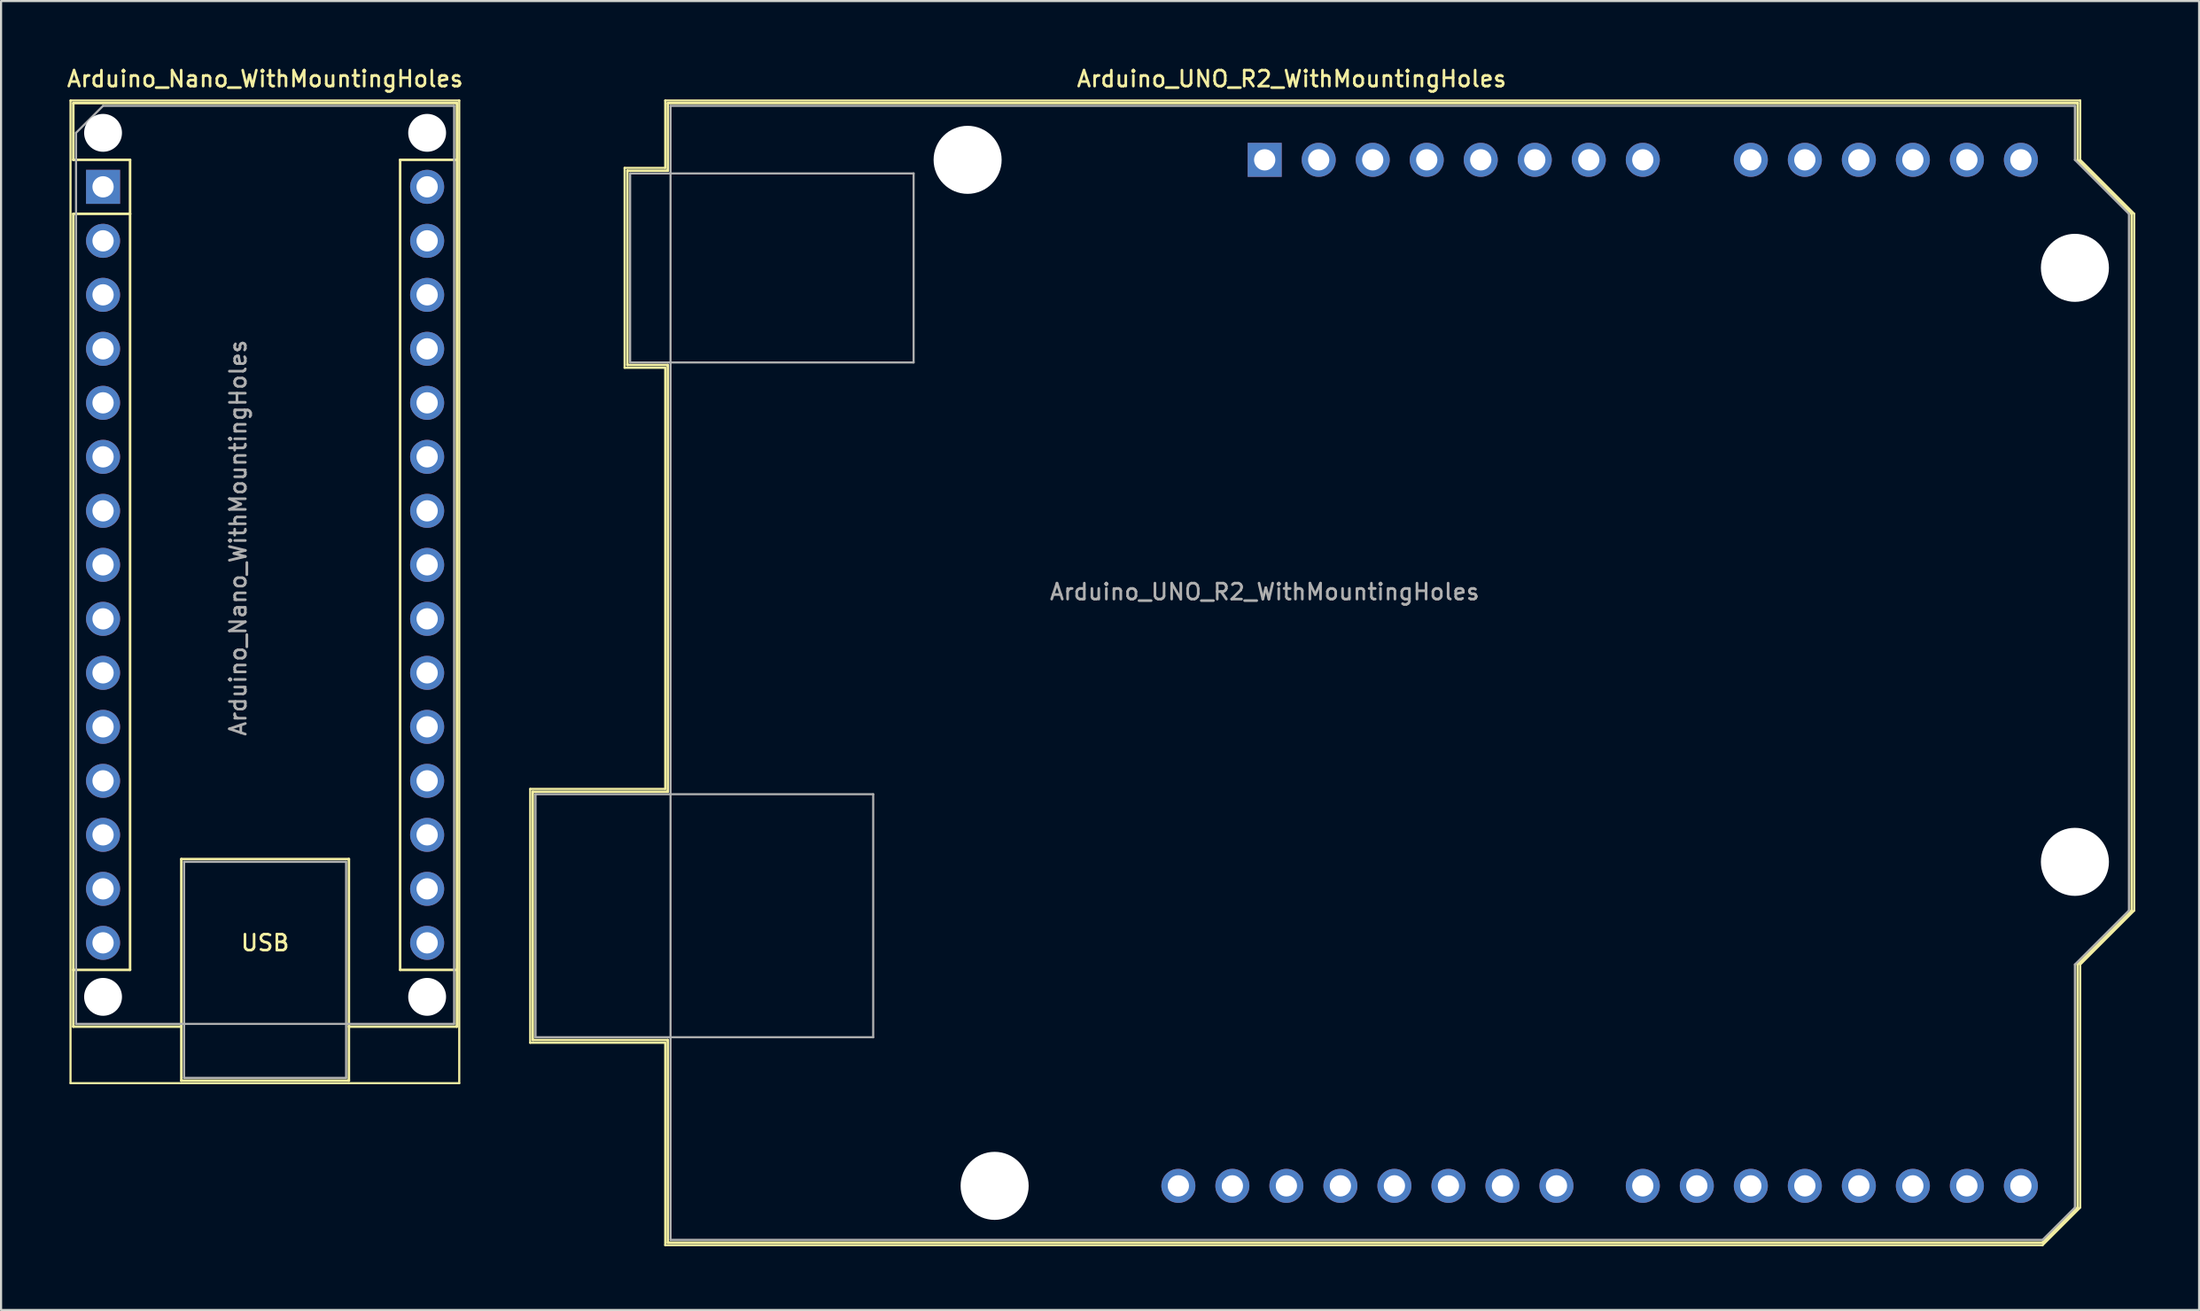
<source format=kicad_pcb>
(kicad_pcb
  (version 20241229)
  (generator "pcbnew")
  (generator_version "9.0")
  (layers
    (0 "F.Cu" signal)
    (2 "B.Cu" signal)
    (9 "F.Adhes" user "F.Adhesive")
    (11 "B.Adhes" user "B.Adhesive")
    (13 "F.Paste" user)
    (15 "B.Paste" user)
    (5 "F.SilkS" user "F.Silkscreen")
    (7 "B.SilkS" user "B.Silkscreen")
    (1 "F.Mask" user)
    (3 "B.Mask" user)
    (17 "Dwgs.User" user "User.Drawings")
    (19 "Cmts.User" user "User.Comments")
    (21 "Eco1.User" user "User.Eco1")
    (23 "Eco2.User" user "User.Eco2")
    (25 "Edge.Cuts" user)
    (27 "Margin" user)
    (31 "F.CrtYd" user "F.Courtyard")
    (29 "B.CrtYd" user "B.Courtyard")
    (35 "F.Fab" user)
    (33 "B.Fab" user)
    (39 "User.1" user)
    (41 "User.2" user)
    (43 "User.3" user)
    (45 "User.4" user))
  (footprint "Arduino_Nano_WithMountingHoles"
    (layer "F.Cu")
    (at 1.796 5.738)
    (property "Reference" "Arduino_Nano_WithMountingHoles" (at 7.62 -5.08 0) (layer "F.SilkS") (effects (font (size 0.75 0.75) (thickness 0.125))))
    (attr through_hole)
    (fp_line (start -1.53 -4.06) (end -1.53 42.16) (stroke (width 0.1) (type solid)) (layer "F.SilkS"))
    (fp_line (start -1.53 -4.06) (end 16.75 -4.06) (stroke (width 0.1) (type solid)) (layer "F.SilkS"))
    (fp_line (start -1.4 -3.94) (end -1.4 -1.27) (stroke (width 0.12) (type solid)) (layer "F.SilkS"))
    (fp_line (start -1.4 1.27) (end -1.4 39.5) (stroke (width 0.12) (type solid)) (layer "F.SilkS"))
    (fp_line (start -1.4 39.5) (end 3.68 39.5) (stroke (width 0.12) (type solid)) (layer "F.SilkS"))
    (fp_line (start 1.27 -1.27) (end -1.4 -1.27) (stroke (width 0.12) (type solid)) (layer "F.SilkS"))
    (fp_line (start 1.27 1.27) (end -1.4 1.27) (stroke (width 0.12) (type solid)) (layer "F.SilkS"))
    (fp_line (start 1.27 1.27) (end 1.27 -1.27) (stroke (width 0.12) (type solid)) (layer "F.SilkS"))
    (fp_line (start 1.27 1.27) (end 1.27 36.83) (stroke (width 0.12) (type solid)) (layer "F.SilkS"))
    (fp_line (start 1.27 36.83) (end -1.4 36.83) (stroke (width 0.12) (type solid)) (layer "F.SilkS"))
    (fp_line (start 3.68 31.62) (end 11.56 31.62) (stroke (width 0.12) (type solid)) (layer "F.SilkS"))
    (fp_line (start 3.68 42.04) (end 3.68 31.62) (stroke (width 0.12) (type solid)) (layer "F.SilkS"))
    (fp_line (start 11.56 31.62) (end 11.56 42.04) (stroke (width 0.12) (type solid)) (layer "F.SilkS"))
    (fp_line (start 11.56 42.04) (end 3.68 42.04) (stroke (width 0.12) (type solid)) (layer "F.SilkS"))
    (fp_line (start 13.97 -1.27) (end 13.97 36.83) (stroke (width 0.12) (type solid)) (layer "F.SilkS"))
    (fp_line (start 13.97 -1.27) (end 16.64 -1.27) (stroke (width 0.12) (type solid)) (layer "F.SilkS"))
    (fp_line (start 13.97 36.83) (end 16.64 36.83) (stroke (width 0.12) (type solid)) (layer "F.SilkS"))
    (fp_line (start 16.64 -3.94) (end -1.4 -3.94) (stroke (width 0.12) (type solid)) (layer "F.SilkS"))
    (fp_line (start 16.64 39.5) (end 11.56 39.5) (stroke (width 0.12) (type solid)) (layer "F.SilkS"))
    (fp_line (start 16.64 39.5) (end 16.64 -3.94) (stroke (width 0.12) (type solid)) (layer "F.SilkS"))
    (fp_line (start 16.75 42.16) (end -1.53 42.16) (stroke (width 0.1) (type solid)) (layer "F.SilkS"))
    (fp_line (start 16.75 42.16) (end 16.75 -4.06) (stroke (width 0.1) (type solid)) (layer "F.SilkS"))
    (fp_line (start -1.27 -2.54) (end 0 -3.81) (stroke (width 0.1) (type solid)) (layer "F.Fab"))
    (fp_line (start -1.27 39.37) (end -1.27 -2.54) (stroke (width 0.1) (type solid)) (layer "F.Fab"))
    (fp_line (start 0 -3.81) (end 16.51 -3.81) (stroke (width 0.1) (type solid)) (layer "F.Fab"))
    (fp_line (start 3.81 31.75) (end 11.43 31.75) (stroke (width 0.1) (type solid)) (layer "F.Fab"))
    (fp_line (start 3.81 41.91) (end 3.81 31.75) (stroke (width 0.1) (type solid)) (layer "F.Fab"))
    (fp_line (start 11.43 31.75) (end 11.43 41.91) (stroke (width 0.1) (type solid)) (layer "F.Fab"))
    (fp_line (start 11.43 41.91) (end 3.81 41.91) (stroke (width 0.1) (type solid)) (layer "F.Fab"))
    (fp_line (start 16.51 -3.81) (end 16.51 39.37) (stroke (width 0.1) (type solid)) (layer "F.Fab"))
    (fp_line (start 16.51 39.37) (end -1.27 39.37) (stroke (width 0.1) (type solid)) (layer "F.Fab"))
    (fp_text user "USB" (at 7.62 35.56 0) (unlocked yes) (layer "F.SilkS") (effects (font (size 0.75 0.75) (thickness 0.125))))
    (fp_text user "${REFERENCE}" (at 6.35 16.51 90) (layer "F.Fab") (effects (font (size 0.75 0.75) (thickness 0.125))))
    (pad "" np_thru_hole circle (at 0 -2.54) (size 1.78 1.78) (drill 1.78) (layers "*.Cu" "*.Mask"))
    (pad "" np_thru_hole circle (at 0 38.1) (size 1.78 1.78) (drill 1.78) (layers "*.Cu" "*.Mask"))
    (pad "" np_thru_hole circle (at 15.24 -2.54) (size 1.78 1.78) (drill 1.78) (layers "*.Cu" "*.Mask"))
    (pad "" np_thru_hole circle (at 15.24 38.1) (size 1.78 1.78) (drill 1.78) (layers "*.Cu" "*.Mask"))
    (pad "1" thru_hole rect (at 0 0) (size 1.6 1.6) (drill 1) (layers "*.Cu" "*.Mask"))
    (pad "2" thru_hole oval (at 0 2.54) (size 1.6 1.6) (drill 1) (layers "*.Cu" "*.Mask"))
    (pad "3" thru_hole oval (at 0 5.08) (size 1.6 1.6) (drill 1) (layers "*.Cu" "*.Mask"))
    (pad "4" thru_hole oval (at 0 7.62) (size 1.6 1.6) (drill 1) (layers "*.Cu" "*.Mask"))
    (pad "5" thru_hole oval (at 0 10.16) (size 1.6 1.6) (drill 1) (layers "*.Cu" "*.Mask"))
    (pad "6" thru_hole oval (at 0 12.7) (size 1.6 1.6) (drill 1) (layers "*.Cu" "*.Mask"))
    (pad "7" thru_hole oval (at 0 15.24) (size 1.6 1.6) (drill 1) (layers "*.Cu" "*.Mask"))
    (pad "8" thru_hole oval (at 0 17.78) (size 1.6 1.6) (drill 1) (layers "*.Cu" "*.Mask"))
    (pad "9" thru_hole oval (at 0 20.32) (size 1.6 1.6) (drill 1) (layers "*.Cu" "*.Mask"))
    (pad "10" thru_hole oval (at 0 22.86) (size 1.6 1.6) (drill 1) (layers "*.Cu" "*.Mask"))
    (pad "11" thru_hole oval (at 0 25.4) (size 1.6 1.6) (drill 1) (layers "*.Cu" "*.Mask"))
    (pad "12" thru_hole oval (at 0 27.94) (size 1.6 1.6) (drill 1) (layers "*.Cu" "*.Mask"))
    (pad "13" thru_hole oval (at 0 30.48) (size 1.6 1.6) (drill 1) (layers "*.Cu" "*.Mask"))
    (pad "14" thru_hole oval (at 0 33.02) (size 1.6 1.6) (drill 1) (layers "*.Cu" "*.Mask"))
    (pad "15" thru_hole oval (at 0 35.56) (size 1.6 1.6) (drill 1) (layers "*.Cu" "*.Mask"))
    (pad "16" thru_hole oval (at 15.24 35.56) (size 1.6 1.6) (drill 1) (layers "*.Cu" "*.Mask"))
    (pad "17" thru_hole oval (at 15.24 33.02) (size 1.6 1.6) (drill 1) (layers "*.Cu" "*.Mask"))
    (pad "18" thru_hole oval (at 15.24 30.48) (size 1.6 1.6) (drill 1) (layers "*.Cu" "*.Mask"))
    (pad "19" thru_hole oval (at 15.24 27.94) (size 1.6 1.6) (drill 1) (layers "*.Cu" "*.Mask"))
    (pad "20" thru_hole oval (at 15.24 25.4) (size 1.6 1.6) (drill 1) (layers "*.Cu" "*.Mask"))
    (pad "21" thru_hole oval (at 15.24 22.86) (size 1.6 1.6) (drill 1) (layers "*.Cu" "*.Mask"))
    (pad "22" thru_hole oval (at 15.24 20.32) (size 1.6 1.6) (drill 1) (layers "*.Cu" "*.Mask"))
    (pad "23" thru_hole oval (at 15.24 17.78) (size 1.6 1.6) (drill 1) (layers "*.Cu" "*.Mask"))
    (pad "24" thru_hole oval (at 15.24 15.24) (size 1.6 1.6) (drill 1) (layers "*.Cu" "*.Mask"))
    (pad "25" thru_hole oval (at 15.24 12.7) (size 1.6 1.6) (drill 1) (layers "*.Cu" "*.Mask"))
    (pad "26" thru_hole oval (at 15.24 10.16) (size 1.6 1.6) (drill 1) (layers "*.Cu" "*.Mask"))
    (pad "27" thru_hole oval (at 15.24 7.62) (size 1.6 1.6) (drill 1) (layers "*.Cu" "*.Mask"))
    (pad "28" thru_hole oval (at 15.24 5.08) (size 1.6 1.6) (drill 1) (layers "*.Cu" "*.Mask"))
    (pad "29" thru_hole oval (at 15.24 2.54) (size 1.6 1.6) (drill 1) (layers "*.Cu" "*.Mask"))
    (pad "30" thru_hole oval (at 15.24 0) (size 1.6 1.6) (drill 1) (layers "*.Cu" "*.Mask")))
  (footprint "Arduino_UNO_R2_WithMountingHoles"
    (layer "F.Cu")
    (at 56.422 4.468)
    (property "Reference" "Arduino_UNO_R2_WithMountingHoles" (at 1.27 -3.81 180) (layer "F.SilkS") (effects (font (size 0.75 0.75) (thickness 0.125))))
    (attr through_hole)
    (fp_line (start -34.54 29.59) (end -28.19 29.59) (stroke (width 0.1) (type solid)) (layer "F.SilkS"))
    (fp_line (start -34.54 41.53) (end -34.54 29.59) (stroke (width 0.1) (type solid)) (layer "F.SilkS"))
    (fp_line (start -34.42 29.72) (end -34.42 41.4) (stroke (width 0.12) (type solid)) (layer "F.SilkS"))
    (fp_line (start -34.42 41.4) (end -28.07 41.4) (stroke (width 0.12) (type solid)) (layer "F.SilkS"))
    (fp_line (start -30.1 0.38) (end -28.19 0.38) (stroke (width 0.1) (type solid)) (layer "F.SilkS"))
    (fp_line (start -30.1 9.78) (end -30.1 0.38) (stroke (width 0.1) (type solid)) (layer "F.SilkS"))
    (fp_line (start -29.97 0.51) (end -29.97 9.65) (stroke (width 0.12) (type solid)) (layer "F.SilkS"))
    (fp_line (start -29.97 9.65) (end -28.07 9.65) (stroke (width 0.12) (type solid)) (layer "F.SilkS"))
    (fp_line (start -28.19 -2.79) (end 38.35 -2.79) (stroke (width 0.1) (type solid)) (layer "F.SilkS"))
    (fp_line (start -28.19 0.38) (end -28.19 -2.79) (stroke (width 0.1) (type solid)) (layer "F.SilkS"))
    (fp_line (start -28.19 9.78) (end -30.1 9.78) (stroke (width 0.1) (type solid)) (layer "F.SilkS"))
    (fp_line (start -28.19 29.59) (end -28.19 9.78) (stroke (width 0.1) (type solid)) (layer "F.SilkS"))
    (fp_line (start -28.19 41.53) (end -34.54 41.53) (stroke (width 0.1) (type solid)) (layer "F.SilkS"))
    (fp_line (start -28.19 51.05) (end -28.19 41.53) (stroke (width 0.1) (type solid)) (layer "F.SilkS"))
    (fp_line (start -28.07 -2.67) (end -28.07 0.51) (stroke (width 0.12) (type solid)) (layer "F.SilkS"))
    (fp_line (start -28.07 0.51) (end -29.97 0.51) (stroke (width 0.12) (type solid)) (layer "F.SilkS"))
    (fp_line (start -28.07 9.65) (end -28.07 29.72) (stroke (width 0.12) (type solid)) (layer "F.SilkS"))
    (fp_line (start -28.07 29.72) (end -34.42 29.72) (stroke (width 0.12) (type solid)) (layer "F.SilkS"))
    (fp_line (start -28.07 41.4) (end -28.07 50.93) (stroke (width 0.12) (type solid)) (layer "F.SilkS"))
    (fp_line (start -28.07 50.93) (end 36.58 50.93) (stroke (width 0.12) (type solid)) (layer "F.SilkS"))
    (fp_line (start 36.58 50.93) (end 38.23 49.28) (stroke (width 0.12) (type solid)) (layer "F.SilkS"))
    (fp_line (start 36.58 51.05) (end -28.19 51.05) (stroke (width 0.1) (type solid)) (layer "F.SilkS"))
    (fp_line (start 38.23 -2.67) (end -28.07 -2.67) (stroke (width 0.12) (type solid)) (layer "F.SilkS"))
    (fp_line (start 38.23 0) (end 38.23 -2.67) (stroke (width 0.12) (type solid)) (layer "F.SilkS"))
    (fp_line (start 38.23 37.85) (end 40.77 35.31) (stroke (width 0.12) (type solid)) (layer "F.SilkS"))
    (fp_line (start 38.23 49.28) (end 38.23 37.85) (stroke (width 0.12) (type solid)) (layer "F.SilkS"))
    (fp_line (start 38.35 -2.79) (end 38.35 0) (stroke (width 0.1) (type solid)) (layer "F.SilkS"))
    (fp_line (start 38.35 0) (end 40.89 2.54) (stroke (width 0.1) (type solid)) (layer "F.SilkS"))
    (fp_line (start 38.35 37.85) (end 38.35 49.28) (stroke (width 0.1) (type solid)) (layer "F.SilkS"))
    (fp_line (start 38.35 49.28) (end 36.58 51.05) (stroke (width 0.1) (type solid)) (layer "F.SilkS"))
    (fp_line (start 40.77 2.54) (end 38.23 0) (stroke (width 0.12) (type solid)) (layer "F.SilkS"))
    (fp_line (start 40.77 35.31) (end 40.77 2.54) (stroke (width 0.12) (type solid)) (layer "F.SilkS"))
    (fp_line (start 40.89 2.54) (end 40.89 35.31) (stroke (width 0.1) (type solid)) (layer "F.SilkS"))
    (fp_line (start 40.89 35.31) (end 38.35 37.85) (stroke (width 0.1) (type solid)) (layer "F.SilkS"))
    (fp_line (start -34.29 29.84) (end -18.41 29.84) (stroke (width 0.1) (type solid)) (layer "F.Fab"))
    (fp_line (start -34.29 41.27) (end -34.29 29.84) (stroke (width 0.1) (type solid)) (layer "F.Fab"))
    (fp_line (start -29.84 0.64) (end -16.51 0.64) (stroke (width 0.1) (type solid)) (layer "F.Fab"))
    (fp_line (start -29.84 9.53) (end -29.84 0.64) (stroke (width 0.1) (type solid)) (layer "F.Fab"))
    (fp_line (start -27.94 -2.54) (end 38.1 -2.54) (stroke (width 0.1) (type solid)) (layer "F.Fab"))
    (fp_line (start -27.94 50.8) (end -27.94 -2.54) (stroke (width 0.1) (type solid)) (layer "F.Fab"))
    (fp_line (start -18.41 29.84) (end -18.41 41.27) (stroke (width 0.1) (type solid)) (layer "F.Fab"))
    (fp_line (start -18.41 41.27) (end -34.29 41.27) (stroke (width 0.1) (type solid)) (layer "F.Fab"))
    (fp_line (start -16.51 0.64) (end -16.51 9.53) (stroke (width 0.1) (type solid)) (layer "F.Fab"))
    (fp_line (start -16.51 9.53) (end -29.84 9.53) (stroke (width 0.1) (type solid)) (layer "F.Fab"))
    (fp_line (start 36.58 50.8) (end -27.94 50.8) (stroke (width 0.1) (type solid)) (layer "F.Fab"))
    (fp_line (start 38.1 -2.54) (end 38.1 0) (stroke (width 0.1) (type solid)) (layer "F.Fab"))
    (fp_line (start 38.1 0) (end 40.64 2.54) (stroke (width 0.1) (type solid)) (layer "F.Fab"))
    (fp_line (start 38.1 37.85) (end 38.1 49.28) (stroke (width 0.1) (type solid)) (layer "F.Fab"))
    (fp_line (start 38.1 49.28) (end 36.58 50.8) (stroke (width 0.1) (type solid)) (layer "F.Fab"))
    (fp_line (start 40.64 2.54) (end 40.64 35.31) (stroke (width 0.1) (type solid)) (layer "F.Fab"))
    (fp_line (start 40.64 35.31) (end 38.1 37.85) (stroke (width 0.1) (type solid)) (layer "F.Fab"))
    (fp_text user "${REFERENCE}" (at 0 20.32 180) (layer "F.Fab") (effects (font (size 0.75 0.75) (thickness 0.125))))
    (pad "" np_thru_hole circle (at -13.97 0 90) (size 3.2 3.2) (drill 3.2) (layers "*.Cu" "*.Mask"))
    (pad "" np_thru_hole circle (at -12.7 48.26 90) (size 3.2 3.2) (drill 3.2) (layers "*.Cu" "*.Mask"))
    (pad "" np_thru_hole circle (at 38.1 5.08 90) (size 3.2 3.2) (drill 3.2) (layers "*.Cu" "*.Mask"))
    (pad "" np_thru_hole circle (at 38.1 33.02 90) (size 3.2 3.2) (drill 3.2) (layers "*.Cu" "*.Mask"))
    (pad "1" thru_hole rect (at 0 0 90) (size 1.6 1.6) (drill 1) (layers "*.Cu" "*.Mask"))
    (pad "2" thru_hole oval (at 2.54 0 90) (size 1.6 1.6) (drill 1) (layers "*.Cu" "*.Mask"))
    (pad "3" thru_hole oval (at 5.08 0 90) (size 1.6 1.6) (drill 1) (layers "*.Cu" "*.Mask"))
    (pad "4" thru_hole oval (at 7.62 0 90) (size 1.6 1.6) (drill 1) (layers "*.Cu" "*.Mask"))
    (pad "5" thru_hole oval (at 10.16 0 90) (size 1.6 1.6) (drill 1) (layers "*.Cu" "*.Mask"))
    (pad "6" thru_hole oval (at 12.7 0 90) (size 1.6 1.6) (drill 1) (layers "*.Cu" "*.Mask"))
    (pad "7" thru_hole oval (at 15.24 0 90) (size 1.6 1.6) (drill 1) (layers "*.Cu" "*.Mask"))
    (pad "8" thru_hole oval (at 17.78 0 90) (size 1.6 1.6) (drill 1) (layers "*.Cu" "*.Mask"))
    (pad "9" thru_hole oval (at 22.86 0 90) (size 1.6 1.6) (drill 1) (layers "*.Cu" "*.Mask"))
    (pad "10" thru_hole oval (at 25.4 0 90) (size 1.6 1.6) (drill 1) (layers "*.Cu" "*.Mask"))
    (pad "11" thru_hole oval (at 27.94 0 90) (size 1.6 1.6) (drill 1) (layers "*.Cu" "*.Mask"))
    (pad "12" thru_hole oval (at 30.48 0 90) (size 1.6 1.6) (drill 1) (layers "*.Cu" "*.Mask"))
    (pad "13" thru_hole oval (at 33.02 0 90) (size 1.6 1.6) (drill 1) (layers "*.Cu" "*.Mask"))
    (pad "14" thru_hole oval (at 35.56 0 90) (size 1.6 1.6) (drill 1) (layers "*.Cu" "*.Mask"))
    (pad "15" thru_hole oval (at 35.56 48.26 90) (size 1.6 1.6) (drill 1) (layers "*.Cu" "*.Mask"))
    (pad "16" thru_hole oval (at 33.02 48.26 90) (size 1.6 1.6) (drill 1) (layers "*.Cu" "*.Mask"))
    (pad "17" thru_hole oval (at 30.48 48.26 90) (size 1.6 1.6) (drill 1) (layers "*.Cu" "*.Mask"))
    (pad "18" thru_hole oval (at 27.94 48.26 90) (size 1.6 1.6) (drill 1) (layers "*.Cu" "*.Mask"))
    (pad "19" thru_hole oval (at 25.4 48.26 90) (size 1.6 1.6) (drill 1) (layers "*.Cu" "*.Mask"))
    (pad "20" thru_hole oval (at 22.86 48.26 90) (size 1.6 1.6) (drill 1) (layers "*.Cu" "*.Mask"))
    (pad "21" thru_hole oval (at 20.32 48.26 90) (size 1.6 1.6) (drill 1) (layers "*.Cu" "*.Mask"))
    (pad "22" thru_hole oval (at 17.78 48.26 90) (size 1.6 1.6) (drill 1) (layers "*.Cu" "*.Mask"))
    (pad "23" thru_hole oval (at 13.72 48.26 90) (size 1.6 1.6) (drill 1) (layers "*.Cu" "*.Mask"))
    (pad "24" thru_hole oval (at 11.18 48.26 90) (size 1.6 1.6) (drill 1) (layers "*.Cu" "*.Mask"))
    (pad "25" thru_hole oval (at 8.64 48.26 90) (size 1.6 1.6) (drill 1) (layers "*.Cu" "*.Mask"))
    (pad "26" thru_hole oval (at 6.1 48.26 90) (size 1.6 1.6) (drill 1) (layers "*.Cu" "*.Mask"))
    (pad "27" thru_hole oval (at 3.56 48.26 90) (size 1.6 1.6) (drill 1) (layers "*.Cu" "*.Mask"))
    (pad "28" thru_hole oval (at 1.02 48.26 90) (size 1.6 1.6) (drill 1) (layers "*.Cu" "*.Mask"))
    (pad "29" thru_hole oval (at -1.52 48.26 90) (size 1.6 1.6) (drill 1) (layers "*.Cu" "*.Mask"))
    (pad "30" thru_hole oval (at -4.06 48.26 90) (size 1.6 1.6) (drill 1) (layers "*.Cu" "*.Mask")))
  (gr_rect
    (start -3 -3)
    (end 100.362 58.568)
    (stroke (width 0.1) (type default))
    (fill no)
    (layer "Edge.Cuts")))
</source>
